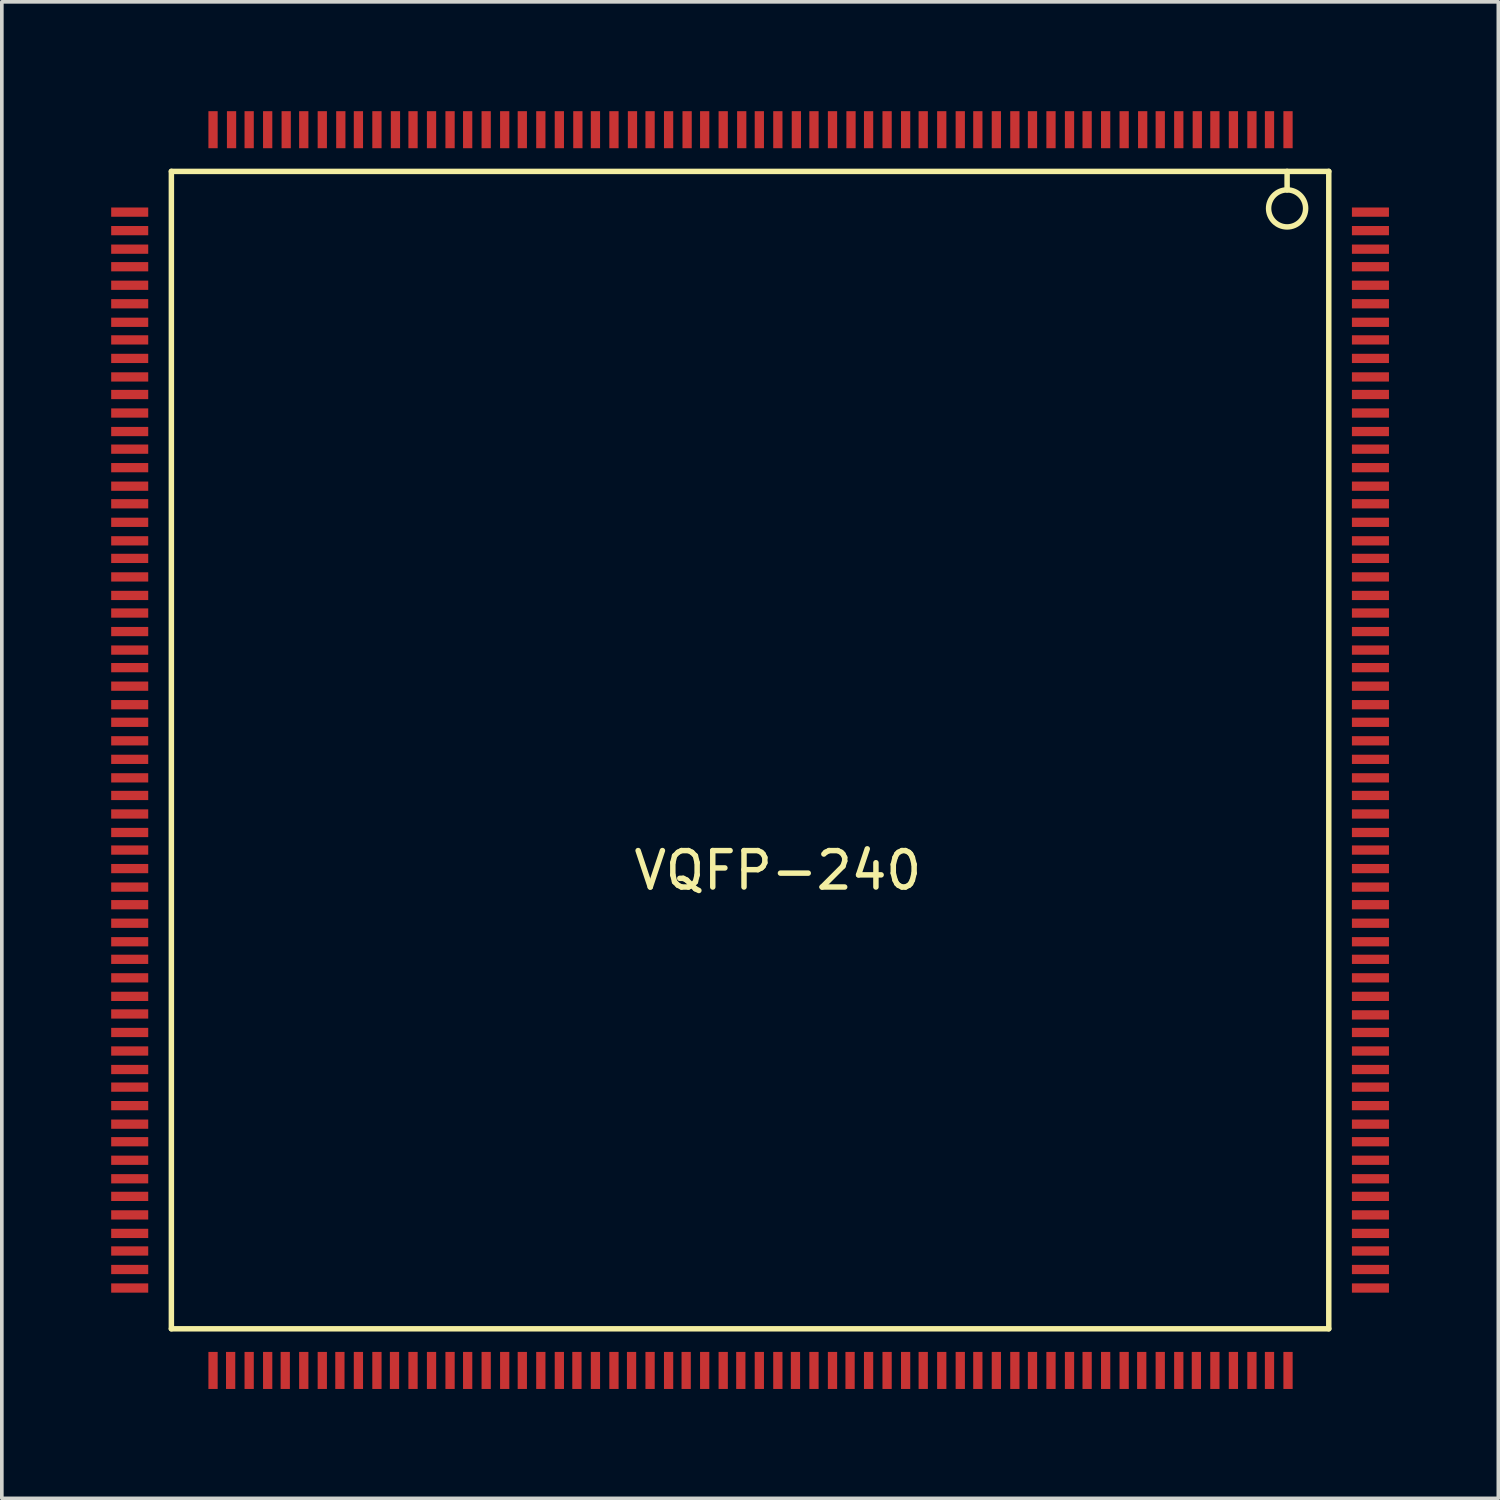
<source format=kicad_pcb>
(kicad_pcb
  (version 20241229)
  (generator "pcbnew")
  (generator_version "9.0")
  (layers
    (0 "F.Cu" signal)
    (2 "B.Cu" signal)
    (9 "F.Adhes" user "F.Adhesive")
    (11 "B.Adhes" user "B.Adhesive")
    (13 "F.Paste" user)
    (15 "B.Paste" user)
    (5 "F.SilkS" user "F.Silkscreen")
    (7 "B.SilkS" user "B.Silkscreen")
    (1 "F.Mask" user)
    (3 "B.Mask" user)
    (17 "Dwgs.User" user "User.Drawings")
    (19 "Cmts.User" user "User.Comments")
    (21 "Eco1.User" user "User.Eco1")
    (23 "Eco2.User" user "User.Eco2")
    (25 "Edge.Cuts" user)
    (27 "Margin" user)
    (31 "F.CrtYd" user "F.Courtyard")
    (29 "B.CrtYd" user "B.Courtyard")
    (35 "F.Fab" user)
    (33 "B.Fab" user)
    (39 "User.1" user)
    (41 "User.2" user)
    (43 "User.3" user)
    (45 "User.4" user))
  (footprint "VQFP-240"
    (layer "F.Cu")
    (at 17.526 17.526)
    (property "Reference" "VQFP-240" (at 0.762 3.302 0) (layer "F.SilkS") (effects (font (size 1 1) (thickness 0.15))))
    (attr smd)
    (fp_line (start -15.875 -15.875) (end -15.875 15.875) (stroke (width 0.15) (type solid)) (layer "F.SilkS"))
    (fp_line (start -15.875 15.875) (end 15.875 15.875) (stroke (width 0.15) (type solid)) (layer "F.SilkS"))
    (fp_line (start 14.732 -15.875) (end 14.732 -15.367) (stroke (width 0.15) (type solid)) (layer "F.SilkS"))
    (fp_line (start 15.875 -15.875) (end -15.875 -15.875) (stroke (width 0.15) (type solid)) (layer "F.SilkS"))
    (fp_line (start 15.875 -15.875) (end 15.875 15.875) (stroke (width 0.15) (type solid)) (layer "F.SilkS"))
    (fp_circle (center 14.732 -14.859) (end 14.224 -14.859) (stroke (width 0.15) (type solid)) (fill no) (layer "F.SilkS"))
    (pad "1" smd rect (at 14.757 -17.018) (size 0.254 1.016) (layers "F.Cu" "F.Mask" "F.Paste"))
    (pad "2" smd rect (at 14.249 -17.018) (size 0.254 1.016) (layers "F.Cu" "F.Mask" "F.Paste"))
    (pad "3" smd rect (at 13.767 -17.018) (size 0.254 1.016) (layers "F.Cu" "F.Mask" "F.Paste"))
    (pad "4" smd rect (at 13.259 -17.018) (size 0.254 1.016) (layers "F.Cu" "F.Mask" "F.Paste"))
    (pad "5" smd rect (at 12.751 -17.018) (size 0.254 1.016) (layers "F.Cu" "F.Mask" "F.Paste"))
    (pad "6" smd rect (at 12.268 -17.018) (size 0.254 1.016) (layers "F.Cu" "F.Mask" "F.Paste"))
    (pad "7" smd rect (at 11.76 -17.018) (size 0.254 1.016) (layers "F.Cu" "F.Mask" "F.Paste"))
    (pad "8" smd rect (at 11.252 -17.018) (size 0.254 1.016) (layers "F.Cu" "F.Mask" "F.Paste"))
    (pad "9" smd rect (at 10.77 -17.018) (size 0.254 1.016) (layers "F.Cu" "F.Mask" "F.Paste"))
    (pad "10" smd rect (at 10.262 -17.018) (size 0.254 1.016) (layers "F.Cu" "F.Mask" "F.Paste"))
    (pad "11" smd rect (at 9.754 -17.018) (size 0.254 1.016) (layers "F.Cu" "F.Mask" "F.Paste"))
    (pad "12" smd rect (at 9.246 -17.018) (size 0.254 1.016) (layers "F.Cu" "F.Mask" "F.Paste"))
    (pad "13" smd rect (at 8.763 -17.018) (size 0.254 1.016) (layers "F.Cu" "F.Mask" "F.Paste"))
    (pad "14" smd rect (at 8.255 -17.018) (size 0.254 1.016) (layers "F.Cu" "F.Mask" "F.Paste"))
    (pad "15" smd rect (at 7.747 -17.018) (size 0.254 1.016) (layers "F.Cu" "F.Mask" "F.Paste"))
    (pad "16" smd rect (at 7.264 -17.018) (size 0.254 1.016) (layers "F.Cu" "F.Mask" "F.Paste"))
    (pad "17" smd rect (at 6.756 -17.018) (size 0.254 1.016) (layers "F.Cu" "F.Mask" "F.Paste"))
    (pad "18" smd rect (at 6.248 -17.018) (size 0.254 1.016) (layers "F.Cu" "F.Mask" "F.Paste"))
    (pad "19" smd rect (at 5.766 -17.018) (size 0.254 1.016) (layers "F.Cu" "F.Mask" "F.Paste"))
    (pad "20" smd rect (at 5.258 -17.018) (size 0.254 1.016) (layers "F.Cu" "F.Mask" "F.Paste"))
    (pad "21" smd rect (at 4.75 -17.018) (size 0.254 1.016) (layers "F.Cu" "F.Mask" "F.Paste"))
    (pad "22" smd rect (at 4.267 -17.018) (size 0.254 1.016) (layers "F.Cu" "F.Mask" "F.Paste"))
    (pad "23" smd rect (at 3.759 -17.018) (size 0.254 1.016) (layers "F.Cu" "F.Mask" "F.Paste"))
    (pad "24" smd rect (at 3.251 -17.018) (size 0.254 1.016) (layers "F.Cu" "F.Mask" "F.Paste"))
    (pad "25" smd rect (at 2.769 -17.018) (size 0.254 1.016) (layers "F.Cu" "F.Mask" "F.Paste"))
    (pad "26" smd rect (at 2.261 -17.018) (size 0.254 1.016) (layers "F.Cu" "F.Mask" "F.Paste"))
    (pad "27" smd rect (at 1.753 -17.018) (size 0.254 1.016) (layers "F.Cu" "F.Mask" "F.Paste"))
    (pad "28" smd rect (at 1.27 -17.018) (size 0.254 1.016) (layers "F.Cu" "F.Mask" "F.Paste"))
    (pad "29" smd rect (at 0.762 -17.018) (size 0.254 1.016) (layers "F.Cu" "F.Mask" "F.Paste"))
    (pad "30" smd rect (at 0.254 -17.018) (size 0.254 1.016) (layers "F.Cu" "F.Mask" "F.Paste"))
    (pad "31" smd rect (at -0.229 -17.018) (size 0.254 1.016) (layers "F.Cu" "F.Mask" "F.Paste"))
    (pad "32" smd rect (at -0.737 -17.018) (size 0.254 1.016) (layers "F.Cu" "F.Mask" "F.Paste"))
    (pad "33" smd rect (at -1.245 -17.018) (size 0.254 1.016) (layers "F.Cu" "F.Mask" "F.Paste"))
    (pad "34" smd rect (at -1.727 -17.018) (size 0.254 1.016) (layers "F.Cu" "F.Mask" "F.Paste"))
    (pad "35" smd rect (at -2.235 -17.018) (size 0.254 1.016) (layers "F.Cu" "F.Mask" "F.Paste"))
    (pad "36" smd rect (at -2.743 -17.018) (size 0.254 1.016) (layers "F.Cu" "F.Mask" "F.Paste"))
    (pad "37" smd rect (at -3.226 -17.018) (size 0.254 1.016) (layers "F.Cu" "F.Mask" "F.Paste"))
    (pad "38" smd rect (at -3.734 -17.018) (size 0.254 1.016) (layers "F.Cu" "F.Mask" "F.Paste"))
    (pad "39" smd rect (at -4.242 -17.018) (size 0.254 1.016) (layers "F.Cu" "F.Mask" "F.Paste"))
    (pad "40" smd rect (at -4.724 -17.018) (size 0.254 1.016) (layers "F.Cu" "F.Mask" "F.Paste"))
    (pad "41" smd rect (at -5.232 -17.018) (size 0.254 1.016) (layers "F.Cu" "F.Mask" "F.Paste"))
    (pad "42" smd rect (at -5.74 -17.018) (size 0.254 1.016) (layers "F.Cu" "F.Mask" "F.Paste"))
    (pad "43" smd rect (at -6.248 -17.018) (size 0.254 1.016) (layers "F.Cu" "F.Mask" "F.Paste"))
    (pad "44" smd rect (at -6.731 -17.018) (size 0.254 1.016) (layers "F.Cu" "F.Mask" "F.Paste"))
    (pad "45" smd rect (at -7.239 -17.018) (size 0.254 1.016) (layers "F.Cu" "F.Mask" "F.Paste"))
    (pad "46" smd rect (at -7.747 -17.018) (size 0.254 1.016) (layers "F.Cu" "F.Mask" "F.Paste"))
    (pad "47" smd rect (at -8.23 -17.018) (size 0.254 1.016) (layers "F.Cu" "F.Mask" "F.Paste"))
    (pad "48" smd rect (at -8.738 -17.018) (size 0.254 1.016) (layers "F.Cu" "F.Mask" "F.Paste"))
    (pad "49" smd rect (at -9.246 -17.018) (size 0.254 1.016) (layers "F.Cu" "F.Mask" "F.Paste"))
    (pad "50" smd rect (at -9.728 -17.018) (size 0.254 1.016) (layers "F.Cu" "F.Mask" "F.Paste"))
    (pad "51" smd rect (at -10.236 -17.018) (size 0.254 1.016) (layers "F.Cu" "F.Mask" "F.Paste"))
    (pad "52" smd rect (at -10.744 -17.018) (size 0.254 1.016) (layers "F.Cu" "F.Mask" "F.Paste"))
    (pad "53" smd rect (at -11.227 -17.018) (size 0.254 1.016) (layers "F.Cu" "F.Mask" "F.Paste"))
    (pad "54" smd rect (at -11.735 -17.018) (size 0.254 1.016) (layers "F.Cu" "F.Mask" "F.Paste"))
    (pad "55" smd rect (at -12.243 -17.018) (size 0.254 1.016) (layers "F.Cu" "F.Mask" "F.Paste"))
    (pad "56" smd rect (at -12.725 -17.018) (size 0.254 1.016) (layers "F.Cu" "F.Mask" "F.Paste"))
    (pad "57" smd rect (at -13.233 -17.018) (size 0.254 1.016) (layers "F.Cu" "F.Mask" "F.Paste"))
    (pad "58" smd rect (at -13.741 -17.018) (size 0.254 1.016) (layers "F.Cu" "F.Mask" "F.Paste"))
    (pad "59" smd rect (at -14.224 -17.018) (size 0.254 1.016) (layers "F.Cu" "F.Mask" "F.Paste"))
    (pad "60" smd rect (at -14.732 -17.018) (size 0.254 1.016) (layers "F.Cu" "F.Mask" "F.Paste"))
    (pad "61" smd rect (at -17.018 -14.757) (size 1.016 0.254) (layers "F.Cu" "F.Mask" "F.Paste"))
    (pad "62" smd rect (at -17.018 -14.249) (size 1.016 0.254) (layers "F.Cu" "F.Mask" "F.Paste"))
    (pad "63" smd rect (at -17.018 -13.741) (size 1.016 0.254) (layers "F.Cu" "F.Mask" "F.Paste"))
    (pad "64" smd rect (at -17.018 -13.259) (size 1.016 0.254) (layers "F.Cu" "F.Mask" "F.Paste"))
    (pad "65" smd rect (at -17.018 -12.751) (size 1.016 0.254) (layers "F.Cu" "F.Mask" "F.Paste"))
    (pad "66" smd rect (at -17.018 -12.243) (size 1.016 0.254) (layers "F.Cu" "F.Mask" "F.Paste"))
    (pad "67" smd rect (at -17.018 -11.735) (size 1.016 0.254) (layers "F.Cu" "F.Mask" "F.Paste"))
    (pad "68" smd rect (at -17.018 -11.252) (size 1.016 0.254) (layers "F.Cu" "F.Mask" "F.Paste"))
    (pad "69" smd rect (at -17.018 -10.744) (size 1.016 0.254) (layers "F.Cu" "F.Mask" "F.Paste"))
    (pad "70" smd rect (at -17.018 -10.236) (size 1.016 0.254) (layers "F.Cu" "F.Mask" "F.Paste"))
    (pad "71" smd rect (at -17.018 -9.754) (size 1.016 0.254) (layers "F.Cu" "F.Mask" "F.Paste"))
    (pad "72" smd rect (at -17.018 -9.246) (size 1.016 0.254) (layers "F.Cu" "F.Mask" "F.Paste"))
    (pad "73" smd rect (at -17.018 -8.738) (size 1.016 0.254) (layers "F.Cu" "F.Mask" "F.Paste"))
    (pad "74" smd rect (at -17.018 -8.255) (size 1.016 0.254) (layers "F.Cu" "F.Mask" "F.Paste"))
    (pad "75" smd rect (at -17.018 -7.747) (size 1.016 0.254) (layers "F.Cu" "F.Mask" "F.Paste"))
    (pad "76" smd rect (at -17.018 -7.239) (size 1.016 0.254) (layers "F.Cu" "F.Mask" "F.Paste"))
    (pad "77" smd rect (at -17.018 -6.756) (size 1.016 0.254) (layers "F.Cu" "F.Mask" "F.Paste"))
    (pad "78" smd rect (at -17.018 -6.248) (size 1.016 0.254) (layers "F.Cu" "F.Mask" "F.Paste"))
    (pad "79" smd rect (at -17.018 -5.74) (size 1.016 0.254) (layers "F.Cu" "F.Mask" "F.Paste"))
    (pad "80" smd rect (at -17.018 -5.258) (size 1.016 0.254) (layers "F.Cu" "F.Mask" "F.Paste"))
    (pad "81" smd rect (at -17.018 -4.75) (size 1.016 0.254) (layers "F.Cu" "F.Mask" "F.Paste"))
    (pad "82" smd rect (at -17.018 -4.242) (size 1.016 0.254) (layers "F.Cu" "F.Mask" "F.Paste"))
    (pad "83" smd rect (at -17.018 -3.759) (size 1.016 0.254) (layers "F.Cu" "F.Mask" "F.Paste"))
    (pad "84" smd rect (at -17.018 -3.251) (size 1.016 0.254) (layers "F.Cu" "F.Mask" "F.Paste"))
    (pad "85" smd rect (at -17.018 -2.743) (size 1.016 0.254) (layers "F.Cu" "F.Mask" "F.Paste"))
    (pad "86" smd rect (at -17.018 -2.261) (size 1.016 0.254) (layers "F.Cu" "F.Mask" "F.Paste"))
    (pad "87" smd rect (at -17.018 -1.753) (size 1.016 0.254) (layers "F.Cu" "F.Mask" "F.Paste"))
    (pad "88" smd rect (at -17.018 -1.245) (size 1.016 0.254) (layers "F.Cu" "F.Mask" "F.Paste"))
    (pad "89" smd rect (at -17.018 -0.762) (size 1.016 0.254) (layers "F.Cu" "F.Mask" "F.Paste"))
    (pad "90" smd rect (at -17.018 -0.254) (size 1.016 0.254) (layers "F.Cu" "F.Mask" "F.Paste"))
    (pad "91" smd rect (at -17.018 0.254) (size 1.016 0.254) (layers "F.Cu" "F.Mask" "F.Paste"))
    (pad "92" smd rect (at -17.018 0.762) (size 1.016 0.254) (layers "F.Cu" "F.Mask" "F.Paste"))
    (pad "93" smd rect (at -17.018 1.245) (size 1.016 0.254) (layers "F.Cu" "F.Mask" "F.Paste"))
    (pad "94" smd rect (at -17.018 1.753) (size 1.016 0.254) (layers "F.Cu" "F.Mask" "F.Paste"))
    (pad "95" smd rect (at -17.018 2.261) (size 1.016 0.254) (layers "F.Cu" "F.Mask" "F.Paste"))
    (pad "96" smd rect (at -17.018 2.743) (size 1.016 0.254) (layers "F.Cu" "F.Mask" "F.Paste"))
    (pad "97" smd rect (at -17.018 3.251) (size 1.016 0.254) (layers "F.Cu" "F.Mask" "F.Paste"))
    (pad "98" smd rect (at -17.018 3.759) (size 1.016 0.254) (layers "F.Cu" "F.Mask" "F.Paste"))
    (pad "99" smd rect (at -17.018 4.242) (size 1.016 0.254) (layers "F.Cu" "F.Mask" "F.Paste"))
    (pad "100" smd rect (at -17.018 4.75) (size 1.016 0.254) (layers "F.Cu" "F.Mask" "F.Paste"))
    (pad "101" smd rect (at -17.018 5.258) (size 1.016 0.254) (layers "F.Cu" "F.Mask" "F.Paste"))
    (pad "102" smd rect (at -17.018 5.74) (size 1.016 0.254) (layers "F.Cu" "F.Mask" "F.Paste"))
    (pad "103" smd rect (at -17.018 6.248) (size 1.016 0.254) (layers "F.Cu" "F.Mask" "F.Paste"))
    (pad "104" smd rect (at -17.018 6.756) (size 1.016 0.254) (layers "F.Cu" "F.Mask" "F.Paste"))
    (pad "105" smd rect (at -17.018 7.239) (size 1.016 0.254) (layers "F.Cu" "F.Mask" "F.Paste"))
    (pad "106" smd rect (at -17.018 7.747) (size 1.016 0.254) (layers "F.Cu" "F.Mask" "F.Paste"))
    (pad "107" smd rect (at -17.018 8.255) (size 1.016 0.254) (layers "F.Cu" "F.Mask" "F.Paste"))
    (pad "108" smd rect (at -17.018 8.763) (size 1.016 0.254) (layers "F.Cu" "F.Mask" "F.Paste"))
    (pad "109" smd rect (at -17.018 9.246) (size 1.016 0.254) (layers "F.Cu" "F.Mask" "F.Paste"))
    (pad "110" smd rect (at -17.018 9.754) (size 1.016 0.254) (layers "F.Cu" "F.Mask" "F.Paste"))
    (pad "111" smd rect (at -17.018 10.262) (size 1.016 0.254) (layers "F.Cu" "F.Mask" "F.Paste"))
    (pad "112" smd rect (at -17.018 10.744) (size 1.016 0.254) (layers "F.Cu" "F.Mask" "F.Paste"))
    (pad "113" smd rect (at -17.018 11.252) (size 1.016 0.254) (layers "F.Cu" "F.Mask" "F.Paste"))
    (pad "114" smd rect (at -17.018 11.76) (size 1.016 0.254) (layers "F.Cu" "F.Mask" "F.Paste"))
    (pad "115" smd rect (at -17.018 12.243) (size 1.016 0.254) (layers "F.Cu" "F.Mask" "F.Paste"))
    (pad "116" smd rect (at -17.018 12.751) (size 1.016 0.254) (layers "F.Cu" "F.Mask" "F.Paste"))
    (pad "117" smd rect (at -17.018 13.259) (size 1.016 0.254) (layers "F.Cu" "F.Mask" "F.Paste"))
    (pad "118" smd rect (at -17.018 13.741) (size 1.016 0.254) (layers "F.Cu" "F.Mask" "F.Paste"))
    (pad "119" smd rect (at -17.018 14.249) (size 1.016 0.254) (layers "F.Cu" "F.Mask" "F.Paste"))
    (pad "120" smd rect (at -17.018 14.757) (size 1.016 0.254) (layers "F.Cu" "F.Mask" "F.Paste"))
    (pad "121" smd rect (at -14.732 17.018) (size 0.254 1.016) (layers "F.Cu" "F.Mask" "F.Paste"))
    (pad "122" smd rect (at -14.249 17.018) (size 0.254 1.016) (layers "F.Cu" "F.Mask" "F.Paste"))
    (pad "123" smd rect (at -13.741 17.018) (size 0.254 1.016) (layers "F.Cu" "F.Mask" "F.Paste"))
    (pad "124" smd rect (at -13.233 17.018) (size 0.254 1.016) (layers "F.Cu" "F.Mask" "F.Paste"))
    (pad "125" smd rect (at -12.751 17.018) (size 0.254 1.016) (layers "F.Cu" "F.Mask" "F.Paste"))
    (pad "126" smd rect (at -12.243 17.018) (size 0.254 1.016) (layers "F.Cu" "F.Mask" "F.Paste"))
    (pad "127" smd rect (at -11.735 17.018) (size 0.254 1.016) (layers "F.Cu" "F.Mask" "F.Paste"))
    (pad "128" smd rect (at -11.252 17.018) (size 0.254 1.016) (layers "F.Cu" "F.Mask" "F.Paste"))
    (pad "129" smd rect (at -10.744 17.018) (size 0.254 1.016) (layers "F.Cu" "F.Mask" "F.Paste"))
    (pad "130" smd rect (at -10.236 17.018) (size 0.254 1.016) (layers "F.Cu" "F.Mask" "F.Paste"))
    (pad "131" smd rect (at -9.754 17.018) (size 0.254 1.016) (layers "F.Cu" "F.Mask" "F.Paste"))
    (pad "132" smd rect (at -9.246 17.018) (size 0.254 1.016) (layers "F.Cu" "F.Mask" "F.Paste"))
    (pad "133" smd rect (at -8.738 17.018) (size 0.254 1.016) (layers "F.Cu" "F.Mask" "F.Paste"))
    (pad "134" smd rect (at -8.23 17.018) (size 0.254 1.016) (layers "F.Cu" "F.Mask" "F.Paste"))
    (pad "135" smd rect (at -7.747 17.018) (size 0.254 1.016) (layers "F.Cu" "F.Mask" "F.Paste"))
    (pad "136" smd rect (at -7.239 17.018) (size 0.254 1.016) (layers "F.Cu" "F.Mask" "F.Paste"))
    (pad "137" smd rect (at -6.731 17.018) (size 0.254 1.016) (layers "F.Cu" "F.Mask" "F.Paste"))
    (pad "138" smd rect (at -6.248 17.018) (size 0.254 1.016) (layers "F.Cu" "F.Mask" "F.Paste"))
    (pad "139" smd rect (at -5.74 17.018) (size 0.254 1.016) (layers "F.Cu" "F.Mask" "F.Paste"))
    (pad "140" smd rect (at -5.232 17.018) (size 0.254 1.016) (layers "F.Cu" "F.Mask" "F.Paste"))
    (pad "141" smd rect (at -4.75 17.018) (size 0.254 1.016) (layers "F.Cu" "F.Mask" "F.Paste"))
    (pad "142" smd rect (at -4.242 17.018) (size 0.254 1.016) (layers "F.Cu" "F.Mask" "F.Paste"))
    (pad "143" smd rect (at -3.734 17.018) (size 0.254 1.016) (layers "F.Cu" "F.Mask" "F.Paste"))
    (pad "144" smd rect (at -3.251 17.018) (size 0.254 1.016) (layers "F.Cu" "F.Mask" "F.Paste"))
    (pad "145" smd rect (at -2.743 17.018) (size 0.254 1.016) (layers "F.Cu" "F.Mask" "F.Paste"))
    (pad "146" smd rect (at -2.235 17.018) (size 0.254 1.016) (layers "F.Cu" "F.Mask" "F.Paste"))
    (pad "147" smd rect (at -1.753 17.018) (size 0.254 1.016) (layers "F.Cu" "F.Mask" "F.Paste"))
    (pad "148" smd rect (at -1.245 17.018) (size 0.254 1.016) (layers "F.Cu" "F.Mask" "F.Paste"))
    (pad "149" smd rect (at -0.737 17.018) (size 0.254 1.016) (layers "F.Cu" "F.Mask" "F.Paste"))
    (pad "150" smd rect (at -0.254 17.018) (size 0.254 1.016) (layers "F.Cu" "F.Mask" "F.Paste"))
    (pad "151" smd rect (at 0.254 17.018) (size 0.254 1.016) (layers "F.Cu" "F.Mask" "F.Paste"))
    (pad "152" smd rect (at 0.762 17.018) (size 0.254 1.016) (layers "F.Cu" "F.Mask" "F.Paste"))
    (pad "153" smd rect (at 1.245 17.018) (size 0.254 1.016) (layers "F.Cu" "F.Mask" "F.Paste"))
    (pad "154" smd rect (at 1.753 17.018) (size 0.254 1.016) (layers "F.Cu" "F.Mask" "F.Paste"))
    (pad "155" smd rect (at 2.261 17.018) (size 0.254 1.016) (layers "F.Cu" "F.Mask" "F.Paste"))
    (pad "156" smd rect (at 2.743 17.018) (size 0.254 1.016) (layers "F.Cu" "F.Mask" "F.Paste"))
    (pad "157" smd rect (at 3.251 17.018) (size 0.254 1.016) (layers "F.Cu" "F.Mask" "F.Paste"))
    (pad "158" smd rect (at 3.759 17.018) (size 0.254 1.016) (layers "F.Cu" "F.Mask" "F.Paste"))
    (pad "159" smd rect (at 4.267 17.018) (size 0.254 1.016) (layers "F.Cu" "F.Mask" "F.Paste"))
    (pad "160" smd rect (at 4.75 17.018) (size 0.254 1.016) (layers "F.Cu" "F.Mask" "F.Paste"))
    (pad "161" smd rect (at 5.258 17.018) (size 0.254 1.016) (layers "F.Cu" "F.Mask" "F.Paste"))
    (pad "162" smd rect (at 5.766 17.018) (size 0.254 1.016) (layers "F.Cu" "F.Mask" "F.Paste"))
    (pad "163" smd rect (at 6.248 17.018) (size 0.254 1.016) (layers "F.Cu" "F.Mask" "F.Paste"))
    (pad "164" smd rect (at 6.756 17.018) (size 0.254 1.016) (layers "F.Cu" "F.Mask" "F.Paste"))
    (pad "165" smd rect (at 7.264 17.018) (size 0.254 1.016) (layers "F.Cu" "F.Mask" "F.Paste"))
    (pad "166" smd rect (at 7.747 17.018) (size 0.254 1.016) (layers "F.Cu" "F.Mask" "F.Paste"))
    (pad "167" smd rect (at 8.255 17.018) (size 0.254 1.016) (layers "F.Cu" "F.Mask" "F.Paste"))
    (pad "168" smd rect (at 8.763 17.018) (size 0.254 1.016) (layers "F.Cu" "F.Mask" "F.Paste"))
    (pad "169" smd rect (at 9.246 17.018) (size 0.254 1.016) (layers "F.Cu" "F.Mask" "F.Paste"))
    (pad "170" smd rect (at 9.754 17.018) (size 0.254 1.016) (layers "F.Cu" "F.Mask" "F.Paste"))
    (pad "171" smd rect (at 10.262 17.018) (size 0.254 1.016) (layers "F.Cu" "F.Mask" "F.Paste"))
    (pad "172" smd rect (at 10.744 17.018) (size 0.254 1.016) (layers "F.Cu" "F.Mask" "F.Paste"))
    (pad "173" smd rect (at 11.252 17.018) (size 0.254 1.016) (layers "F.Cu" "F.Mask" "F.Paste"))
    (pad "174" smd rect (at 11.76 17.018) (size 0.254 1.016) (layers "F.Cu" "F.Mask" "F.Paste"))
    (pad "175" smd rect (at 12.243 17.018) (size 0.254 1.016) (layers "F.Cu" "F.Mask" "F.Paste"))
    (pad "176" smd rect (at 12.751 17.018) (size 0.254 1.016) (layers "F.Cu" "F.Mask" "F.Paste"))
    (pad "177" smd rect (at 13.259 17.018) (size 0.254 1.016) (layers "F.Cu" "F.Mask" "F.Paste"))
    (pad "178" smd rect (at 13.767 17.018) (size 0.254 1.016) (layers "F.Cu" "F.Mask" "F.Paste"))
    (pad "179" smd rect (at 14.249 17.018) (size 0.254 1.016) (layers "F.Cu" "F.Mask" "F.Paste"))
    (pad "180" smd rect (at 14.757 17.018) (size 0.254 1.016) (layers "F.Cu" "F.Mask" "F.Paste"))
    (pad "181" smd rect (at 17.018 14.757) (size 1.016 0.254) (layers "F.Cu" "F.Mask" "F.Paste"))
    (pad "182" smd rect (at 17.018 14.249) (size 1.016 0.254) (layers "F.Cu" "F.Mask" "F.Paste"))
    (pad "183" smd rect (at 17.018 13.741) (size 1.016 0.254) (layers "F.Cu" "F.Mask" "F.Paste"))
    (pad "184" smd rect (at 17.018 13.259) (size 1.016 0.254) (layers "F.Cu" "F.Mask" "F.Paste"))
    (pad "185" smd rect (at 17.018 12.751) (size 1.016 0.254) (layers "F.Cu" "F.Mask" "F.Paste"))
    (pad "186" smd rect (at 17.018 12.243) (size 1.016 0.254) (layers "F.Cu" "F.Mask" "F.Paste"))
    (pad "187" smd rect (at 17.018 11.76) (size 1.016 0.254) (layers "F.Cu" "F.Mask" "F.Paste"))
    (pad "188" smd rect (at 17.018 11.252) (size 1.016 0.254) (layers "F.Cu" "F.Mask" "F.Paste"))
    (pad "189" smd rect (at 17.018 10.744) (size 1.016 0.254) (layers "F.Cu" "F.Mask" "F.Paste"))
    (pad "190" smd rect (at 17.018 10.262) (size 1.016 0.254) (layers "F.Cu" "F.Mask" "F.Paste"))
    (pad "191" smd rect (at 17.018 9.754) (size 1.016 0.254) (layers "F.Cu" "F.Mask" "F.Paste"))
    (pad "192" smd rect (at 17.018 9.246) (size 1.016 0.254) (layers "F.Cu" "F.Mask" "F.Paste"))
    (pad "193" smd rect (at 17.018 8.763) (size 1.016 0.254) (layers "F.Cu" "F.Mask" "F.Paste"))
    (pad "194" smd rect (at 17.018 8.255) (size 1.016 0.254) (layers "F.Cu" "F.Mask" "F.Paste"))
    (pad "195" smd rect (at 17.018 7.747) (size 1.016 0.254) (layers "F.Cu" "F.Mask" "F.Paste"))
    (pad "196" smd rect (at 17.018 7.264) (size 1.016 0.254) (layers "F.Cu" "F.Mask" "F.Paste"))
    (pad "197" smd rect (at 17.018 6.756) (size 1.016 0.254) (layers "F.Cu" "F.Mask" "F.Paste"))
    (pad "198" smd rect (at 17.018 6.248) (size 1.016 0.254) (layers "F.Cu" "F.Mask" "F.Paste"))
    (pad "199" smd rect (at 17.018 5.74) (size 1.016 0.254) (layers "F.Cu" "F.Mask" "F.Paste"))
    (pad "200" smd rect (at 17.018 5.258) (size 1.016 0.254) (layers "F.Cu" "F.Mask" "F.Paste"))
    (pad "201" smd rect (at 17.018 4.75) (size 1.016 0.254) (layers "F.Cu" "F.Mask" "F.Paste"))
    (pad "202" smd rect (at 17.018 4.242) (size 1.016 0.254) (layers "F.Cu" "F.Mask" "F.Paste"))
    (pad "203" smd rect (at 17.018 3.759) (size 1.016 0.254) (layers "F.Cu" "F.Mask" "F.Paste"))
    (pad "204" smd rect (at 17.018 3.251) (size 1.016 0.254) (layers "F.Cu" "F.Mask" "F.Paste"))
    (pad "205" smd rect (at 17.018 2.743) (size 1.016 0.254) (layers "F.Cu" "F.Mask" "F.Paste"))
    (pad "206" smd rect (at 17.018 2.261) (size 1.016 0.254) (layers "F.Cu" "F.Mask" "F.Paste"))
    (pad "207" smd rect (at 17.018 1.753) (size 1.016 0.254) (layers "F.Cu" "F.Mask" "F.Paste"))
    (pad "208" smd rect (at 17.018 1.245) (size 1.016 0.254) (layers "F.Cu" "F.Mask" "F.Paste"))
    (pad "209" smd rect (at 17.018 0.762) (size 1.016 0.254) (layers "F.Cu" "F.Mask" "F.Paste"))
    (pad "210" smd rect (at 17.018 0.254) (size 1.016 0.254) (layers "F.Cu" "F.Mask" "F.Paste"))
    (pad "211" smd rect (at 17.018 -0.254) (size 1.016 0.254) (layers "F.Cu" "F.Mask" "F.Paste"))
    (pad "212" smd rect (at 17.018 -0.762) (size 1.016 0.254) (layers "F.Cu" "F.Mask" "F.Paste"))
    (pad "213" smd rect (at 17.018 -1.245) (size 1.016 0.254) (layers "F.Cu" "F.Mask" "F.Paste"))
    (pad "214" smd rect (at 17.018 -1.753) (size 1.016 0.254) (layers "F.Cu" "F.Mask" "F.Paste"))
    (pad "215" smd rect (at 17.018 -2.261) (size 1.016 0.254) (layers "F.Cu" "F.Mask" "F.Paste"))
    (pad "216" smd rect (at 17.018 -2.743) (size 1.016 0.254) (layers "F.Cu" "F.Mask" "F.Paste"))
    (pad "217" smd rect (at 17.018 -3.251) (size 1.016 0.254) (layers "F.Cu" "F.Mask" "F.Paste"))
    (pad "218" smd rect (at 17.018 -3.759) (size 1.016 0.254) (layers "F.Cu" "F.Mask" "F.Paste"))
    (pad "219" smd rect (at 17.018 -4.242) (size 1.016 0.254) (layers "F.Cu" "F.Mask" "F.Paste"))
    (pad "220" smd rect (at 17.018 -4.75) (size 1.016 0.254) (layers "F.Cu" "F.Mask" "F.Paste"))
    (pad "221" smd rect (at 17.018 -5.258) (size 1.016 0.254) (layers "F.Cu" "F.Mask" "F.Paste"))
    (pad "222" smd rect (at 17.018 -5.74) (size 1.016 0.254) (layers "F.Cu" "F.Mask" "F.Paste"))
    (pad "223" smd rect (at 17.018 -6.248) (size 1.016 0.254) (layers "F.Cu" "F.Mask" "F.Paste"))
    (pad "224" smd rect (at 17.018 -6.756) (size 1.016 0.254) (layers "F.Cu" "F.Mask" "F.Paste"))
    (pad "225" smd rect (at 17.018 -7.239) (size 1.016 0.254) (layers "F.Cu" "F.Mask" "F.Paste"))
    (pad "226" smd rect (at 17.018 -7.747) (size 1.016 0.254) (layers "F.Cu" "F.Mask" "F.Paste"))
    (pad "227" smd rect (at 17.018 -8.255) (size 1.016 0.254) (layers "F.Cu" "F.Mask" "F.Paste"))
    (pad "228" smd rect (at 17.018 -8.738) (size 1.016 0.254) (layers "F.Cu" "F.Mask" "F.Paste"))
    (pad "229" smd rect (at 17.018 -9.246) (size 1.016 0.254) (layers "F.Cu" "F.Mask" "F.Paste"))
    (pad "230" smd rect (at 17.018 -9.754) (size 1.016 0.254) (layers "F.Cu" "F.Mask" "F.Paste"))
    (pad "231" smd rect (at 17.018 -10.236) (size 1.016 0.254) (layers "F.Cu" "F.Mask" "F.Paste"))
    (pad "232" smd rect (at 17.018 -10.744) (size 1.016 0.254) (layers "F.Cu" "F.Mask" "F.Paste"))
    (pad "233" smd rect (at 17.018 -11.252) (size 1.016 0.254) (layers "F.Cu" "F.Mask" "F.Paste"))
    (pad "234" smd rect (at 17.018 -11.735) (size 1.016 0.254) (layers "F.Cu" "F.Mask" "F.Paste"))
    (pad "235" smd rect (at 17.018 -12.243) (size 1.016 0.254) (layers "F.Cu" "F.Mask" "F.Paste"))
    (pad "236" smd rect (at 17.018 -12.751) (size 1.016 0.254) (layers "F.Cu" "F.Mask" "F.Paste"))
    (pad "237" smd rect (at 17.018 -13.259) (size 1.016 0.254) (layers "F.Cu" "F.Mask" "F.Paste"))
    (pad "238" smd rect (at 17.018 -13.741) (size 1.016 0.254) (layers "F.Cu" "F.Mask" "F.Paste"))
    (pad "239" smd rect (at 17.018 -14.249) (size 1.016 0.254) (layers "F.Cu" "F.Mask" "F.Paste"))
    (pad "240" smd rect (at 17.018 -14.757) (size 1.016 0.254) (layers "F.Cu" "F.Mask" "F.Paste")))
  (gr_rect
    (start -3 -3)
    (end 38.052 38.052)
    (stroke (width 0.1) (type default))
    (fill no)
    (layer "Edge.Cuts")))
</source>
